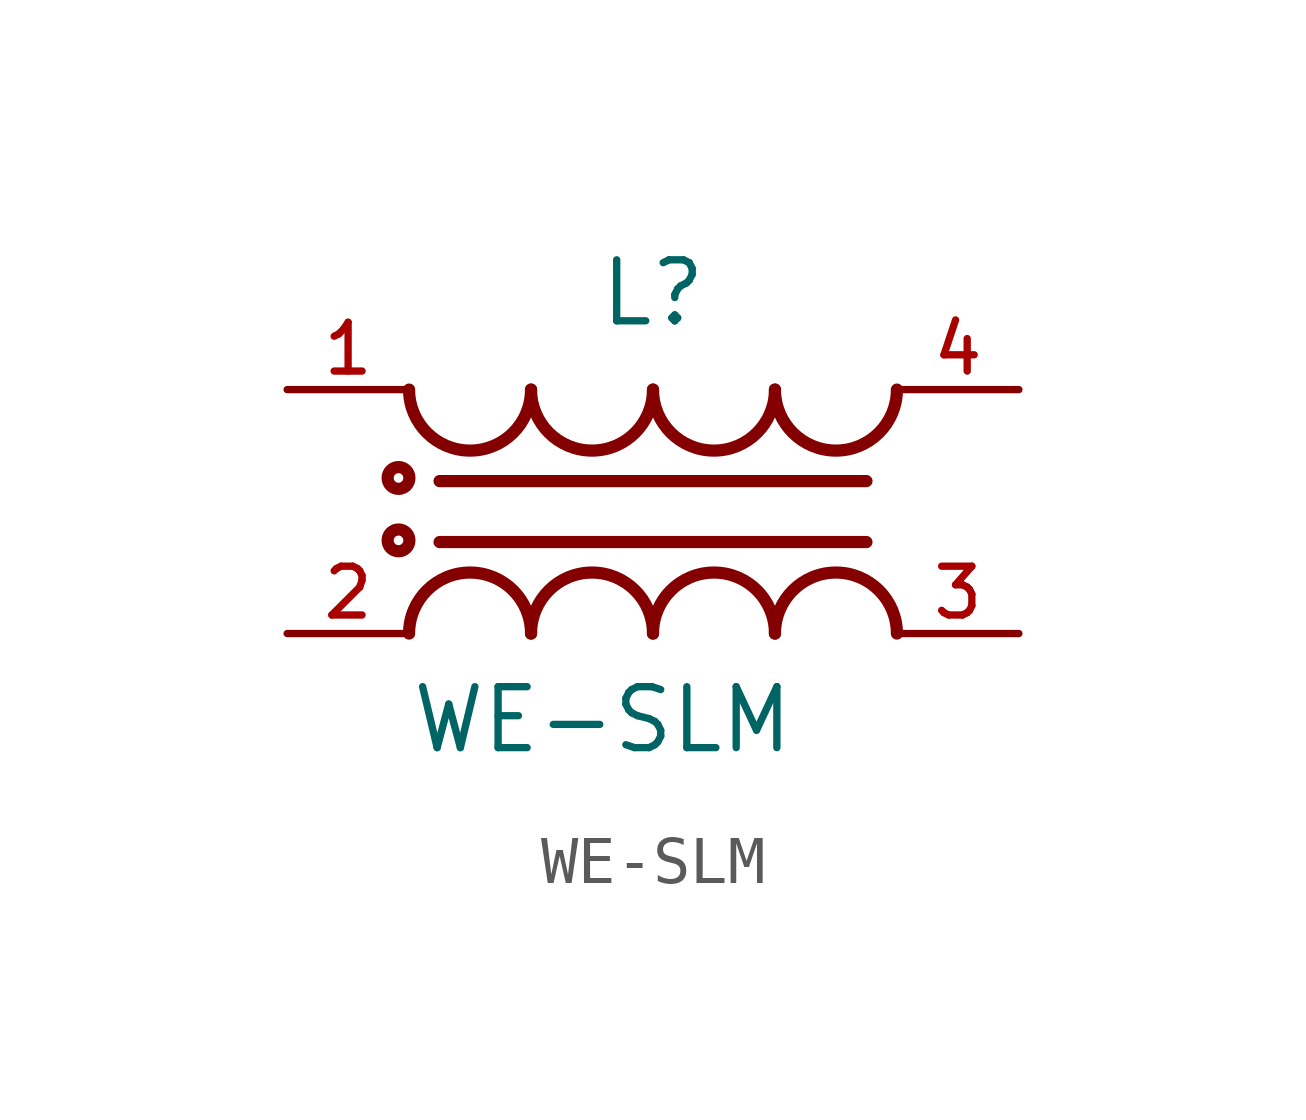
<source format=kicad_sym>
(kicad_symbol_lib
  (version 20211014)
  (generator kicad_symbol_editor)
  (symbol "WE-SLM"
    (pin_names
      (offset 1.016))
    (property "Reference" "L"
      (at 0.0 3.81 0)
      (effects (font (size 1.27 1.27)) (justify bottom)))
    (property "Value" "WE-SLM"
      (at -5.08 -5.08 0)
      (effects (font (size 1.27 1.27)) (justify bottom left)))
    (symbol "WE-SLM_0_0"
      (arc (start -5.08 2.54) (mid -3.81 1.27) (end -2.54 2.54) (stroke (width 0.254) (type default) (color 0 0 0 0)) (fill (type none)))
      (arc (start -2.54 2.54) (mid -1.27 1.27) (end 0.0 2.54) (stroke (width 0.254) (type default) (color 0 0 0 0)) (fill (type none)))
      (arc (start 0.0 2.54) (mid 1.27 1.27) (end 2.54 2.54) (stroke (width 0.254) (type default) (color 0 0 0 0)) (fill (type none)))
      (arc (start 2.54 2.54) (mid 3.81 1.27) (end 5.08 2.54) (stroke (width 0.254) (type default) (color 0 0 0 0)) (fill (type none)))
      (arc (start 5.08 -2.54) (mid 3.81 -1.27) (end 2.54 -2.54) (stroke (width 0.254) (type default) (color 0 0 0 0)) (fill (type none)))
      (arc (start 2.54 -2.54) (mid 1.27 -1.27) (end 0.0 -2.54) (stroke (width 0.254) (type default) (color 0 0 0 0)) (fill (type none)))
      (arc (start 0.0 -2.54) (mid -1.27 -1.27) (end -2.54 -2.54) (stroke (width 0.254) (type default) (color 0 0 0 0)) (fill (type none)))
      (arc (start -2.54 -2.54) (mid -3.81 -1.27) (end -5.08 -2.54) (stroke (width 0.254) (type default) (color 0 0 0 0)) (fill (type none)))
      (polyline (pts (xy -4.445 0.635) (xy 4.445 0.635)) (stroke (width 0.254)))
      (polyline (pts (xy -4.445 -0.635) (xy 4.445 -0.635)) (stroke (width 0.254)))
      (circle (center -5.3 0.7) (radius 0.1) (stroke (width 0.254)) (fill (type none)))
      (circle (center -5.3 -0.6) (radius 0.1) (stroke (width 0.254)) (fill (type none)))
      (pin passive line (at -7.62 2.54 0) (length 2.54) (name "~" (effects (font (size 1.016 1.016)))) (number "1" (effects (font (size 1.016 1.016)))))
      (pin passive line (at 7.62 2.54 180.0) (length 2.54) (name "~" (effects (font (size 1.016 1.016)))) (number "4" (effects (font (size 1.016 1.016)))))
      (pin passive line (at -7.62 -2.54 0) (length 2.54) (name "~" (effects (font (size 1.016 1.016)))) (number "2" (effects (font (size 1.016 1.016)))))
      (pin passive line (at 7.62 -2.54 180.0) (length 2.54) (name "~" (effects (font (size 1.016 1.016)))) (number "3" (effects (font (size 1.016 1.016))))))))
</source>
